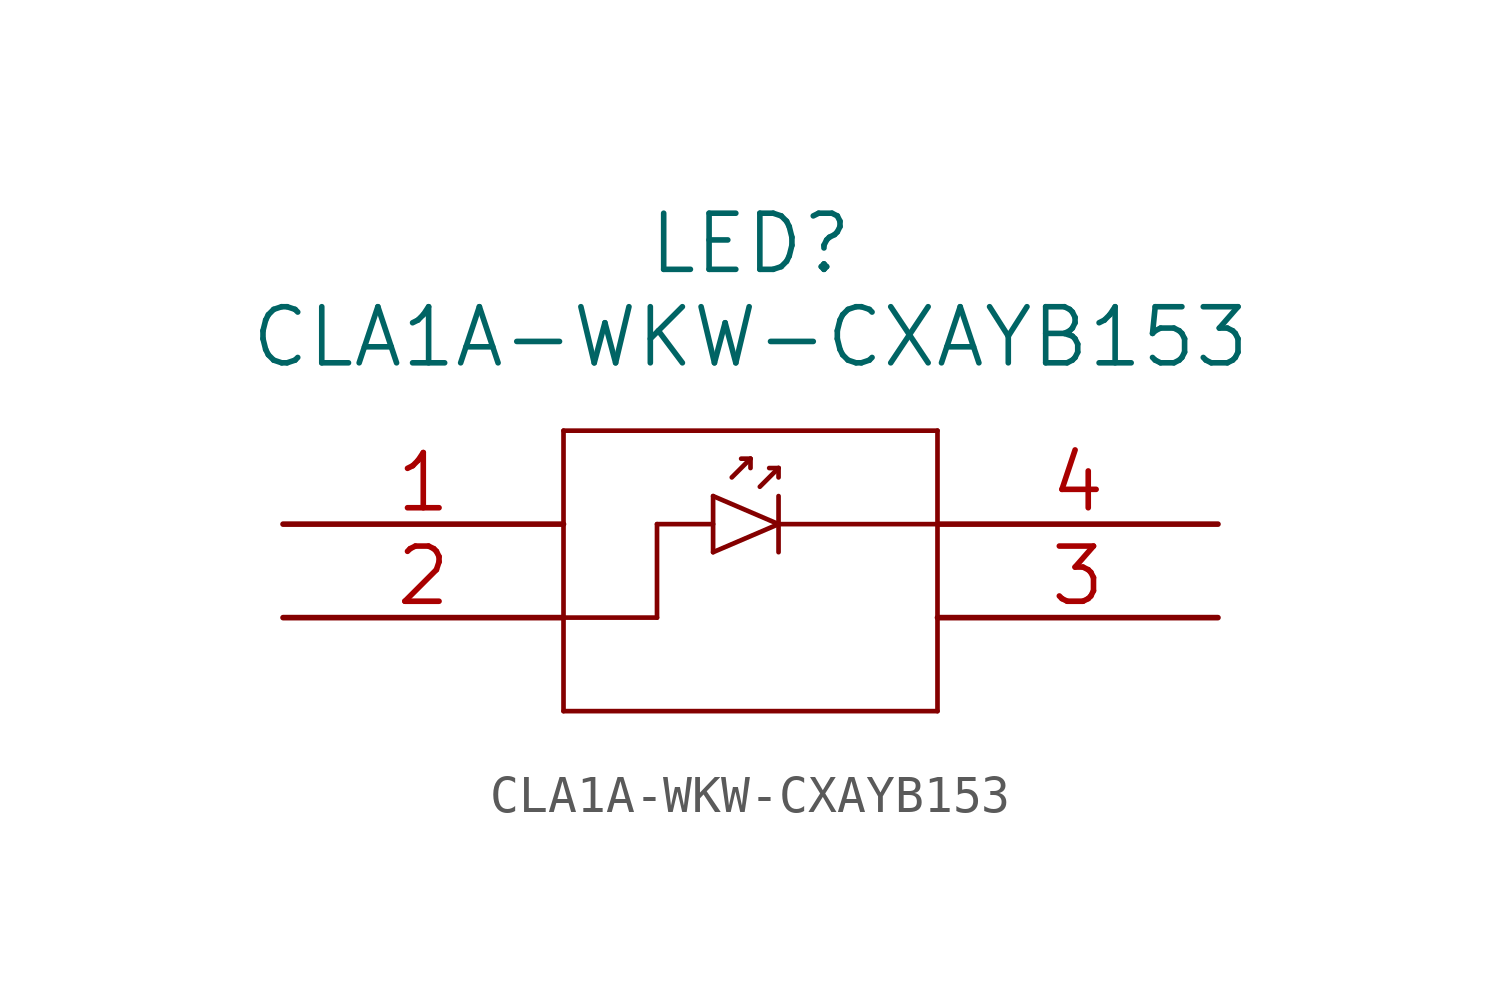
<source format=kicad_sym>
(kicad_symbol_lib
  (version 20211014)
  (generator kicad_symbol_editor)
  (symbol "CLA1A-WKW-CXAYB153"
    (pin_names
      (offset 0.254) hide)
    (property "Reference" "LED"
      (at 12.7 7.62 0)
      (effects (font (size 1.524 1.524))))
    (property "Value" "CLA1A-WKW-CXAYB153"
      (at 12.7 5.08 0)
      (effects (font (size 1.524 1.524))))
    (property "Datasheet" ""
      (at 0 0 0)
      (effects (font (size 1.524 1.524))))
    (property "ki_locked" ""
      (at 0 0 0)
      (effects (font (size 1.27 1.27))))
    (symbol "CLA1A-WKW-CXAYB153_1_1"
      (polyline (pts (xy 7.62 -5.08) (xy 17.78 -5.08)) (stroke (width 0.127) (type default) (color 0 0 0 0)) (fill (type none)))
      (polyline (pts (xy 7.62 -2.54) (xy 10.16 -2.54)) (stroke (width 0.127) (type default) (color 0 0 0 0)) (fill (type none)))
      (polyline (pts (xy 7.62 2.54) (xy 7.62 -5.08)) (stroke (width 0.127) (type default) (color 0 0 0 0)) (fill (type none)))
      (polyline (pts (xy 10.16 0) (xy 10.16 -2.54)) (stroke (width 0.127) (type default) (color 0 0 0 0)) (fill (type none)))
      (polyline (pts (xy 10.16 0) (xy 11.684 0)) (stroke (width 0.127) (type default) (color 0 0 0 0)) (fill (type none)))
      (polyline (pts (xy 11.684 -0.762) (xy 13.462 0)) (stroke (width 0.127) (type default) (color 0 0 0 0)) (fill (type none)))
      (polyline (pts (xy 11.684 0.762) (xy 11.684 -0.762)) (stroke (width 0.127) (type default) (color 0 0 0 0)) (fill (type none)))
      (polyline (pts (xy 12.192 1.27) (xy 12.7 1.778)) (stroke (width 0.127) (type default) (color 0 0 0 0)) (fill (type none)))
      (polyline (pts (xy 12.7 1.778) (xy 12.446 1.778)) (stroke (width 0.127) (type default) (color 0 0 0 0)) (fill (type none)))
      (polyline (pts (xy 12.7 1.778) (xy 12.7 1.524)) (stroke (width 0.127) (type default) (color 0 0 0 0)) (fill (type none)))
      (polyline (pts (xy 12.954 1.016) (xy 13.462 1.524)) (stroke (width 0.127) (type default) (color 0 0 0 0)) (fill (type none)))
      (polyline (pts (xy 13.462 0) (xy 11.684 0.762)) (stroke (width 0.127) (type default) (color 0 0 0 0)) (fill (type none)))
      (polyline (pts (xy 13.462 0) (xy 17.78 0)) (stroke (width 0.127) (type default) (color 0 0 0 0)) (fill (type none)))
      (polyline (pts (xy 13.462 0.762) (xy 13.462 -0.762)) (stroke (width 0.127) (type default) (color 0 0 0 0)) (fill (type none)))
      (polyline (pts (xy 13.462 1.524) (xy 13.208 1.524)) (stroke (width 0.127) (type default) (color 0 0 0 0)) (fill (type none)))
      (polyline (pts (xy 13.462 1.524) (xy 13.462 1.27)) (stroke (width 0.127) (type default) (color 0 0 0 0)) (fill (type none)))
      (polyline (pts (xy 17.78 -5.08) (xy 17.78 2.54)) (stroke (width 0.127) (type default) (color 0 0 0 0)) (fill (type none)))
      (polyline (pts (xy 17.78 2.54) (xy 7.62 2.54)) (stroke (width 0.127) (type default) (color 0 0 0 0)) (fill (type none)))
      (pin unspecified line (at 0 0 0) (length 7.62) (name "1" (effects (font (size 1.499 1.499)))) (number "1" (effects (font (size 1.499 1.499)))))
      (pin unspecified line (at 0 -2.54 0) (length 7.62) (name "2" (effects (font (size 1.499 1.499)))) (number "2" (effects (font (size 1.499 1.499)))))
      (pin unspecified line (at 25.4 -2.54 180) (length 7.62) (name "3" (effects (font (size 1.499 1.499)))) (number "3" (effects (font (size 1.499 1.499)))))
      (pin unspecified line (at 25.4 0 180) (length 7.62) (name "4" (effects (font (size 1.499 1.499)))) (number "4" (effects (font (size 1.499 1.499))))))))
</source>
